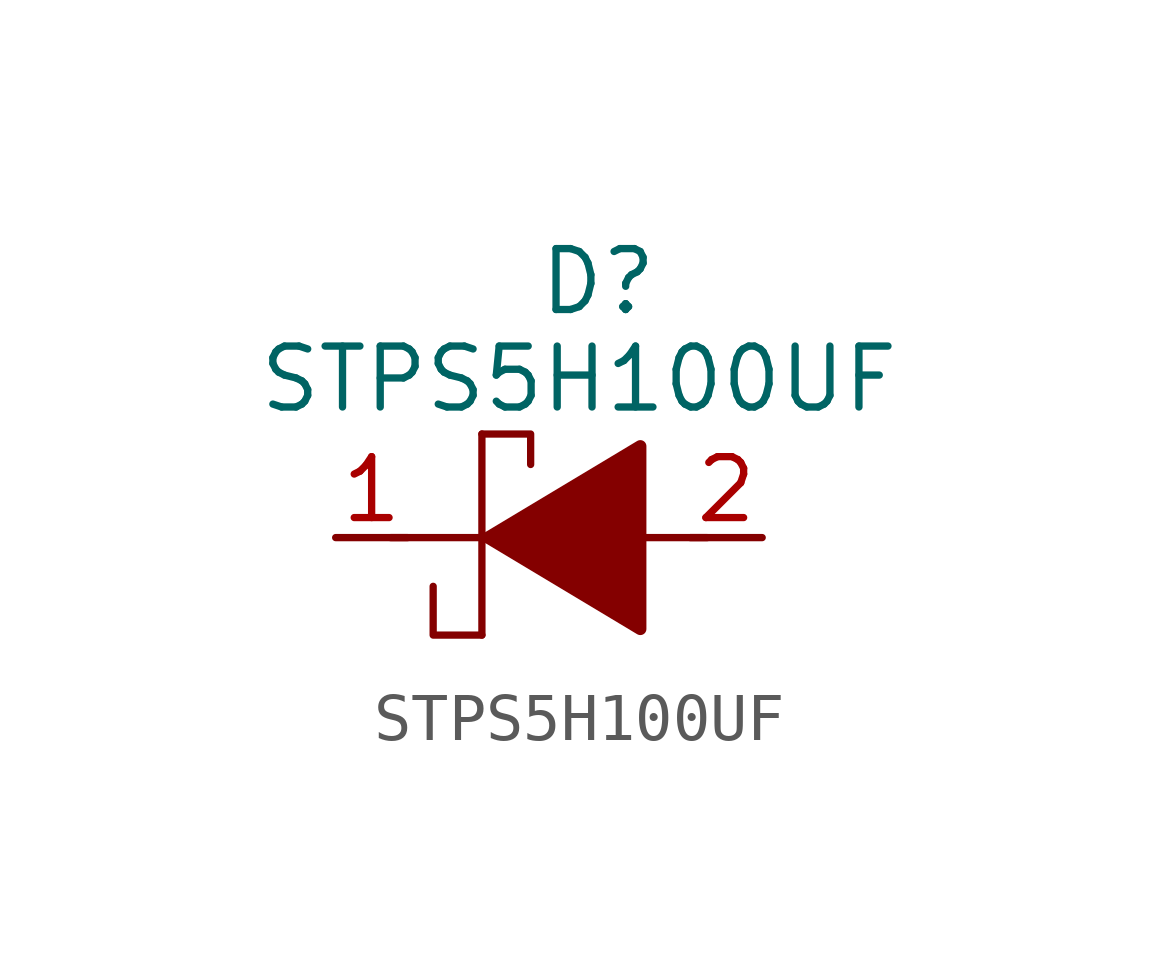
<source format=kicad_sym>
(kicad_symbol_lib
  (version 20220914)
  (generator kicad_symbol_editor)
  (symbol "STPS5H100UF"
    (pin_names
      (offset 0.762))
    (property "Reference" "D"
      (at 10.541 5.334 0)
      (effects (font (size 1.27 1.27)) (justify left)))
    (property "Value" "STPS5H100UF"
      (at 4.699 3.302 0)
      (effects (font (size 1.27 1.27)) (justify left)))
    (symbol "STPS5H100UF_0_0"
      (pin passive line (at 6.35 0 0) (length 1.499) (name "~" (effects (font (size 1.27 1.27)))) (number "1" (effects (font (size 1.27 1.27)))))
      (pin passive line (at 15.24 0 180) (length 1.499) (name "~" (effects (font (size 1.27 1.27)))) (number "2" (effects (font (size 1.27 1.27))))))
    (symbol "STPS5H100UF_0_1"
      (polyline (pts (xy 7.493 0) (xy 9.398 0)) (stroke (width 0.152) (type solid)) (fill (type none)))
      (polyline (pts (xy 9.398 2.159) (xy 9.398 -2.032)) (stroke (width 0.152) (type solid)) (fill (type none)))
      (polyline (pts (xy 12.7 0) (xy 14.097 0)) (stroke (width 0.152) (type solid)) (fill (type none)))
      (polyline (pts (xy 9.398 -2.032) (xy 8.382 -2.032) (xy 8.382 -1.016)) (stroke (width 0.152) (type solid)) (fill (type none)))
      (polyline (pts (xy 9.398 2.159) (xy 10.414 2.159) (xy 10.414 1.524)) (stroke (width 0.152) (type solid)) (fill (type none)))
      (polyline (pts (xy 9.525 0) (xy 12.7 1.905) (xy 12.7 -1.905) (xy 9.525 0) (xy 10.16 0)) (stroke (width 0.254) (type solid)) (fill (type outline))))))
</source>
